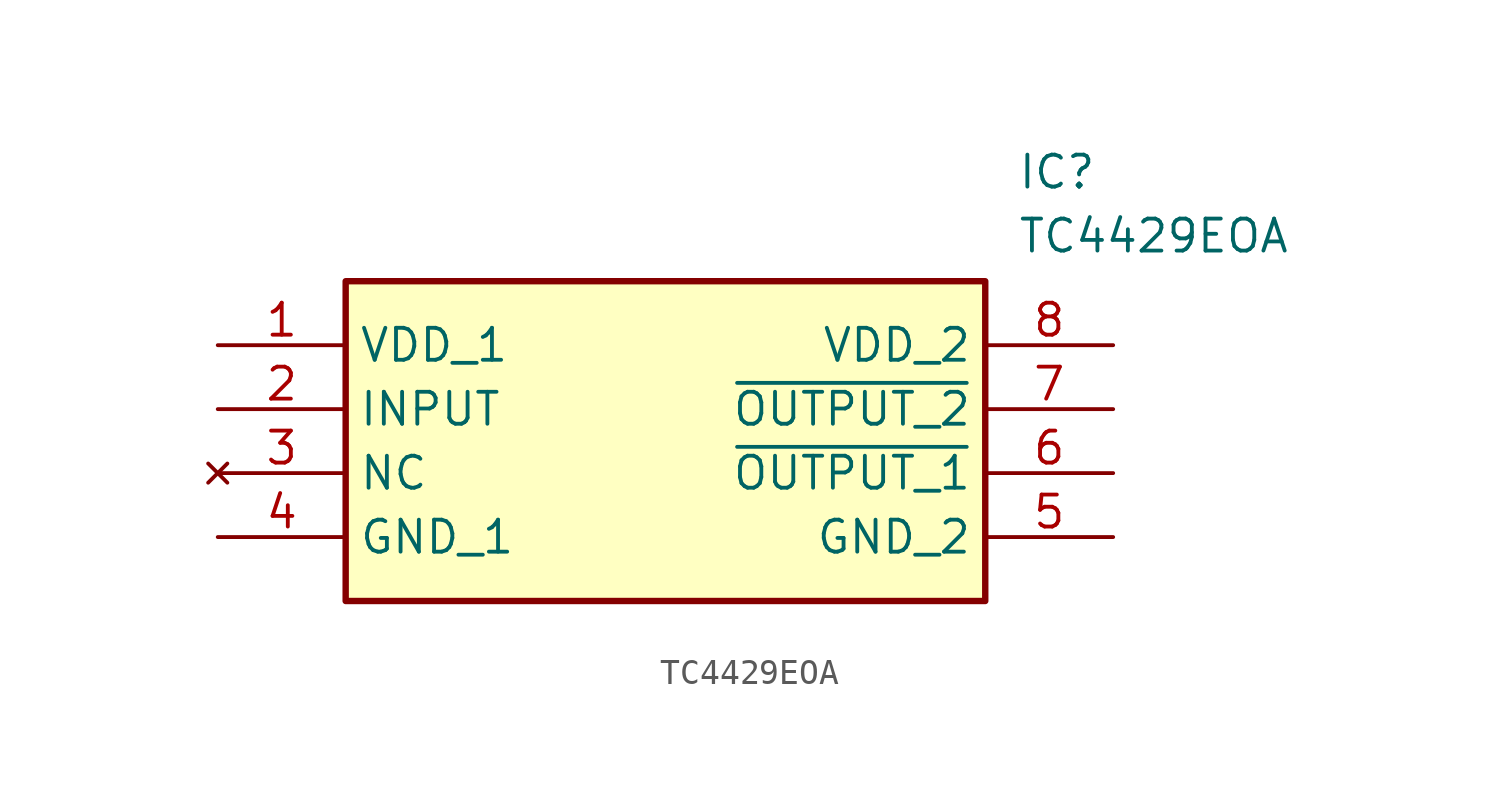
<source format=kicad_sym>
(kicad_symbol_lib
  (version 20241209)
  (generator "kicad_symbol_editor")
  (generator_version "9.0")
  (symbol "TC4429EOA"
    (property "Reference" "IC"
      (at 31.75 7.62 0)
      (effects (font (size 1.27 1.27)) (justify left top)))
    (property "Value" "TC4429EOA"
      (at 31.75 5.08 0)
      (effects (font (size 1.27 1.27)) (justify left top)))
    (symbol "TC4429EOA_1_1"
      (rectangle (start 5.08 2.54) (end 30.48 -10.16) (stroke (width 0.254) (type default)) (fill (type background)))
      (pin passive line (at 0 0 0) (length 5.08) (name "VDD_1" (effects (font (size 1.27 1.27)))) (number "1" (effects (font (size 1.27 1.27)))))
      (pin passive line (at 0 -2.54 0) (length 5.08) (name "INPUT" (effects (font (size 1.27 1.27)))) (number "2" (effects (font (size 1.27 1.27)))))
      (pin no_connect line (at 0 -5.08 0) (length 5.08) (name "NC" (effects (font (size 1.27 1.27)))) (number "3" (effects (font (size 1.27 1.27)))))
      (pin passive line (at 0 -7.62 0) (length 5.08) (name "GND_1" (effects (font (size 1.27 1.27)))) (number "4" (effects (font (size 1.27 1.27)))))
      (pin passive line (at 35.56 0 180) (length 5.08) (name "VDD_2" (effects (font (size 1.27 1.27)))) (number "8" (effects (font (size 1.27 1.27)))))
      (pin passive line (at 35.56 -2.54 180) (length 5.08) (name "~{OUTPUT_2}" (effects (font (size 1.27 1.27)))) (number "7" (effects (font (size 1.27 1.27)))))
      (pin passive line (at 35.56 -5.08 180) (length 5.08) (name "~{OUTPUT_1}" (effects (font (size 1.27 1.27)))) (number "6" (effects (font (size 1.27 1.27)))))
      (pin passive line (at 35.56 -7.62 180) (length 5.08) (name "GND_2" (effects (font (size 1.27 1.27)))) (number "5" (effects (font (size 1.27 1.27))))))))
</source>
